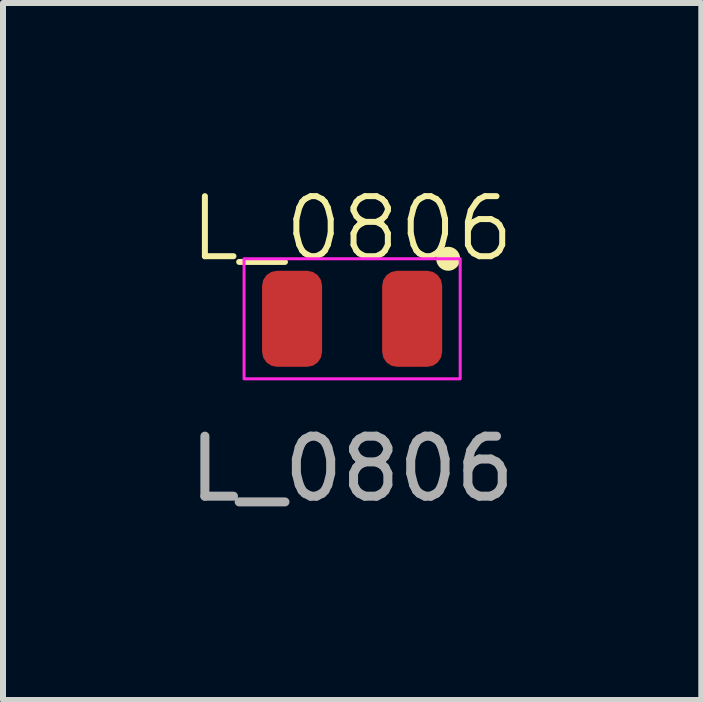
<source format=kicad_pcb>
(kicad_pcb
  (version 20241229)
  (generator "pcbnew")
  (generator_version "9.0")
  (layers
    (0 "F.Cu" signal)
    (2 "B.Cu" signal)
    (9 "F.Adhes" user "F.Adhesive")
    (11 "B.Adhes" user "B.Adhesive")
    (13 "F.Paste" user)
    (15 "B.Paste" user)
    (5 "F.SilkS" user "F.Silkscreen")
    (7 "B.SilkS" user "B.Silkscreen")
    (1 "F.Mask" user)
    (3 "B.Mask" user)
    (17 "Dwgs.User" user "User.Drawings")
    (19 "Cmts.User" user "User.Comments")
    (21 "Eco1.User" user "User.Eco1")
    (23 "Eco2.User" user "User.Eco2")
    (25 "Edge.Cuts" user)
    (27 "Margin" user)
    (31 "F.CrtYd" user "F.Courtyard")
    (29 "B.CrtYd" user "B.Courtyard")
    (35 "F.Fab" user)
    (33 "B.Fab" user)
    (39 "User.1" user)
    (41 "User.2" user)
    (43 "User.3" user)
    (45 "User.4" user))
  (footprint "L_0806"
    (layer "F.Cu")
    (at 2.815 2.26)
    (property "Reference" "L_0806" (at 0 -1.5 0) (unlocked yes) (layer "F.SilkS") (effects (font (size 1 1) (thickness 0.1))))
    (attr smd)
    (fp_circle (center 1.6 -1) (end 1.75 -1) (stroke (width 0.1) (type solid)) (fill yes) (layer "F.SilkS"))
    (fp_rect (start -1.8 -1) (end 1.8 1) (stroke (width 0.05) (type default)) (fill no) (layer "F.CrtYd"))
    (fp_text user "${REFERENCE}" (at 0 2.5 0) (unlocked yes) (layer "F.Fab") (effects (font (size 1 1) (thickness 0.15))))
    (pad "1" smd roundrect (at -1 0) (size 1 1.6) (layers "F.Cu" "F.Mask" "F.Paste") (roundrect_rratio 0.25))
    (pad "2" smd roundrect (at 1 0) (size 1 1.6) (layers "F.Cu" "F.Mask" "F.Paste") (roundrect_rratio 0.25)))
  (gr_rect
    (start -3 -3)
    (end 8.631 8.609)
    (stroke (width 0.1) (type default))
    (fill no)
    (layer "Edge.Cuts")))
</source>
